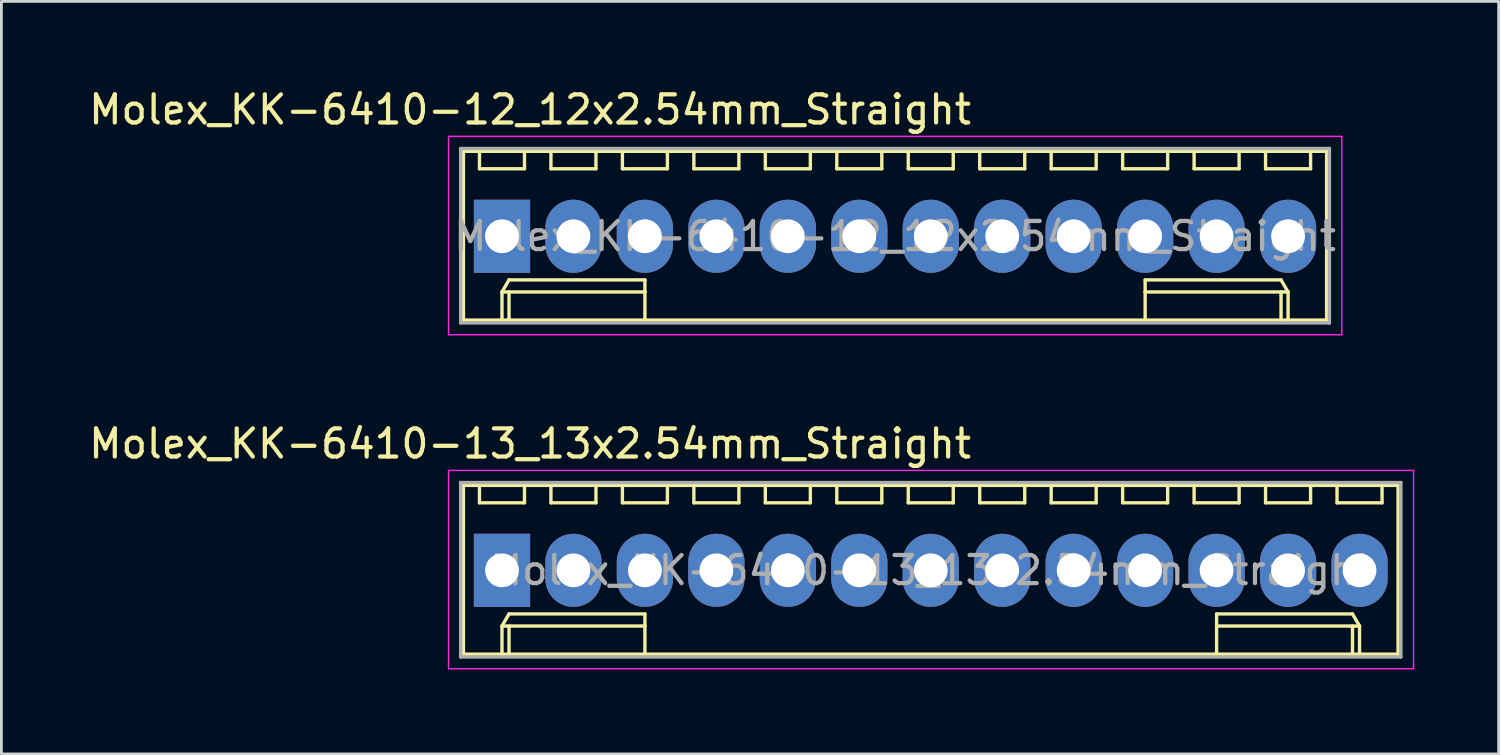
<source format=kicad_pcb>
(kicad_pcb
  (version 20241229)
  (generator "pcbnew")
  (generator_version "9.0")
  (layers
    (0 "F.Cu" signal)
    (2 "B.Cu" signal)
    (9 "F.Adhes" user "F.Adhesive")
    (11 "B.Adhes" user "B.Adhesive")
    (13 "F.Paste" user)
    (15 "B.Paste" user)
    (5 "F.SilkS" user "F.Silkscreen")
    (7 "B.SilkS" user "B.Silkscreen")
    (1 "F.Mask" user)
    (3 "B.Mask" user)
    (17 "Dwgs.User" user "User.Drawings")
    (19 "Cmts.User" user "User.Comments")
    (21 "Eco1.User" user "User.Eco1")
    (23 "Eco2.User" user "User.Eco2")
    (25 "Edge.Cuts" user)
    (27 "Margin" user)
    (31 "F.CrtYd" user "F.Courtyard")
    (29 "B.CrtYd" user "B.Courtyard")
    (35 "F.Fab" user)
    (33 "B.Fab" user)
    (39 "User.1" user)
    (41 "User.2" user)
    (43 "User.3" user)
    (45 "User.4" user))
  (footprint "Molex_KK-6410-12_12x2.54mm_Straight"
    (layer "F.Cu")
    (at 14.792 5.348)
    (property "Reference" "Molex_KK-6410-12_12x2.54mm_Straight" (at 1 -4.5 0) (layer "F.SilkS") (effects (font (size 1 1) (thickness 0.15))))
    (attr through_hole)
    (fp_line (start -1.37 -3.02) (end -1.37 2.98) (stroke (width 0.12) (type solid)) (layer "F.SilkS"))
    (fp_line (start -1.37 2.98) (end 29.31 2.98) (stroke (width 0.12) (type solid)) (layer "F.SilkS"))
    (fp_line (start -0.8 -3.02) (end -0.8 -2.4) (stroke (width 0.12) (type solid)) (layer "F.SilkS"))
    (fp_line (start -0.8 -2.4) (end 0.8 -2.4) (stroke (width 0.12) (type solid)) (layer "F.SilkS"))
    (fp_line (start 0 1.98) (end 0.25 1.55) (stroke (width 0.12) (type solid)) (layer "F.SilkS"))
    (fp_line (start 0 1.98) (end 5.08 1.98) (stroke (width 0.12) (type solid)) (layer "F.SilkS"))
    (fp_line (start 0 2.98) (end 0 1.98) (stroke (width 0.12) (type solid)) (layer "F.SilkS"))
    (fp_line (start 0.25 1.55) (end 5.08 1.55) (stroke (width 0.12) (type solid)) (layer "F.SilkS"))
    (fp_line (start 0.25 2.98) (end 0.25 1.98) (stroke (width 0.12) (type solid)) (layer "F.SilkS"))
    (fp_line (start 0.8 -2.4) (end 0.8 -3.02) (stroke (width 0.12) (type solid)) (layer "F.SilkS"))
    (fp_line (start 1.74 -3.02) (end 1.74 -2.4) (stroke (width 0.12) (type solid)) (layer "F.SilkS"))
    (fp_line (start 1.74 -2.4) (end 3.34 -2.4) (stroke (width 0.12) (type solid)) (layer "F.SilkS"))
    (fp_line (start 3.34 -2.4) (end 3.34 -3.02) (stroke (width 0.12) (type solid)) (layer "F.SilkS"))
    (fp_line (start 4.28 -3.02) (end 4.28 -2.4) (stroke (width 0.12) (type solid)) (layer "F.SilkS"))
    (fp_line (start 4.28 -2.4) (end 5.88 -2.4) (stroke (width 0.12) (type solid)) (layer "F.SilkS"))
    (fp_line (start 5.08 1.55) (end 5.08 1.98) (stroke (width 0.12) (type solid)) (layer "F.SilkS"))
    (fp_line (start 5.08 1.98) (end 5.08 2.98) (stroke (width 0.12) (type solid)) (layer "F.SilkS"))
    (fp_line (start 5.88 -2.4) (end 5.88 -3.02) (stroke (width 0.12) (type solid)) (layer "F.SilkS"))
    (fp_line (start 6.82 -3.02) (end 6.82 -2.4) (stroke (width 0.12) (type solid)) (layer "F.SilkS"))
    (fp_line (start 6.82 -2.4) (end 8.42 -2.4) (stroke (width 0.12) (type solid)) (layer "F.SilkS"))
    (fp_line (start 8.42 -2.4) (end 8.42 -3.02) (stroke (width 0.12) (type solid)) (layer "F.SilkS"))
    (fp_line (start 9.36 -3.02) (end 9.36 -2.4) (stroke (width 0.12) (type solid)) (layer "F.SilkS"))
    (fp_line (start 9.36 -2.4) (end 10.96 -2.4) (stroke (width 0.12) (type solid)) (layer "F.SilkS"))
    (fp_line (start 10.96 -2.4) (end 10.96 -3.02) (stroke (width 0.12) (type solid)) (layer "F.SilkS"))
    (fp_line (start 11.9 -3.02) (end 11.9 -2.4) (stroke (width 0.12) (type solid)) (layer "F.SilkS"))
    (fp_line (start 11.9 -2.4) (end 13.5 -2.4) (stroke (width 0.12) (type solid)) (layer "F.SilkS"))
    (fp_line (start 13.5 -2.4) (end 13.5 -3.02) (stroke (width 0.12) (type solid)) (layer "F.SilkS"))
    (fp_line (start 14.44 -3.02) (end 14.44 -2.4) (stroke (width 0.12) (type solid)) (layer "F.SilkS"))
    (fp_line (start 14.44 -2.4) (end 16.04 -2.4) (stroke (width 0.12) (type solid)) (layer "F.SilkS"))
    (fp_line (start 16.04 -2.4) (end 16.04 -3.02) (stroke (width 0.12) (type solid)) (layer "F.SilkS"))
    (fp_line (start 16.98 -3.02) (end 16.98 -2.4) (stroke (width 0.12) (type solid)) (layer "F.SilkS"))
    (fp_line (start 16.98 -2.4) (end 18.58 -2.4) (stroke (width 0.12) (type solid)) (layer "F.SilkS"))
    (fp_line (start 18.58 -2.4) (end 18.58 -3.02) (stroke (width 0.12) (type solid)) (layer "F.SilkS"))
    (fp_line (start 19.52 -3.02) (end 19.52 -2.4) (stroke (width 0.12) (type solid)) (layer "F.SilkS"))
    (fp_line (start 19.52 -2.4) (end 21.12 -2.4) (stroke (width 0.12) (type solid)) (layer "F.SilkS"))
    (fp_line (start 21.12 -2.4) (end 21.12 -3.02) (stroke (width 0.12) (type solid)) (layer "F.SilkS"))
    (fp_line (start 22.06 -3.02) (end 22.06 -2.4) (stroke (width 0.12) (type solid)) (layer "F.SilkS"))
    (fp_line (start 22.06 -2.4) (end 23.66 -2.4) (stroke (width 0.12) (type solid)) (layer "F.SilkS"))
    (fp_line (start 22.86 1.55) (end 22.86 1.98) (stroke (width 0.12) (type solid)) (layer "F.SilkS"))
    (fp_line (start 22.86 1.98) (end 22.86 2.98) (stroke (width 0.12) (type solid)) (layer "F.SilkS"))
    (fp_line (start 23.66 -2.4) (end 23.66 -3.02) (stroke (width 0.12) (type solid)) (layer "F.SilkS"))
    (fp_line (start 24.6 -3.02) (end 24.6 -2.4) (stroke (width 0.12) (type solid)) (layer "F.SilkS"))
    (fp_line (start 24.6 -2.4) (end 26.2 -2.4) (stroke (width 0.12) (type solid)) (layer "F.SilkS"))
    (fp_line (start 26.2 -2.4) (end 26.2 -3.02) (stroke (width 0.12) (type solid)) (layer "F.SilkS"))
    (fp_line (start 27.14 -3.02) (end 27.14 -2.4) (stroke (width 0.12) (type solid)) (layer "F.SilkS"))
    (fp_line (start 27.14 -2.4) (end 28.74 -2.4) (stroke (width 0.12) (type solid)) (layer "F.SilkS"))
    (fp_line (start 27.69 1.55) (end 22.86 1.55) (stroke (width 0.12) (type solid)) (layer "F.SilkS"))
    (fp_line (start 27.69 2.98) (end 27.69 1.98) (stroke (width 0.12) (type solid)) (layer "F.SilkS"))
    (fp_line (start 27.94 1.98) (end 22.86 1.98) (stroke (width 0.12) (type solid)) (layer "F.SilkS"))
    (fp_line (start 27.94 1.98) (end 27.69 1.55) (stroke (width 0.12) (type solid)) (layer "F.SilkS"))
    (fp_line (start 27.94 2.98) (end 27.94 1.98) (stroke (width 0.12) (type solid)) (layer "F.SilkS"))
    (fp_line (start 28.74 -2.4) (end 28.74 -3.02) (stroke (width 0.12) (type solid)) (layer "F.SilkS"))
    (fp_line (start 29.31 -3.02) (end -1.37 -3.02) (stroke (width 0.12) (type solid)) (layer "F.SilkS"))
    (fp_line (start 29.31 2.98) (end 29.31 -3.02) (stroke (width 0.12) (type solid)) (layer "F.SilkS"))
    (fp_line (start -1.9 -3.55) (end 29.85 -3.55) (stroke (width 0.05) (type solid)) (layer "F.CrtYd"))
    (fp_line (start -1.9 3.5) (end -1.9 -3.55) (stroke (width 0.05) (type solid)) (layer "F.CrtYd"))
    (fp_line (start 29.85 -3.55) (end 29.85 3.5) (stroke (width 0.05) (type solid)) (layer "F.CrtYd"))
    (fp_line (start 29.85 3.5) (end -1.9 3.5) (stroke (width 0.05) (type solid)) (layer "F.CrtYd"))
    (fp_line (start -1.47 -3.12) (end -1.47 3.08) (stroke (width 0.12) (type solid)) (layer "F.Fab"))
    (fp_line (start -1.47 3.08) (end 29.41 3.08) (stroke (width 0.12) (type solid)) (layer "F.Fab"))
    (fp_line (start 29.41 -3.12) (end -1.47 -3.12) (stroke (width 0.12) (type solid)) (layer "F.Fab"))
    (fp_line (start 29.41 3.08) (end 29.41 -3.12) (stroke (width 0.12) (type solid)) (layer "F.Fab"))
    (fp_text user "${REFERENCE}" (at 13.97 0 0) (layer "F.Fab") (effects (font (size 1 1) (thickness 0.15))))
    (pad "1" thru_hole rect (at 0 0) (size 2 2.6) (drill 1.2) (layers "*.Cu" "*.Mask"))
    (pad "2" thru_hole oval (at 2.54 0) (size 2 2.6) (drill 1.2) (layers "*.Cu" "*.Mask"))
    (pad "3" thru_hole oval (at 5.08 0) (size 2 2.6) (drill 1.2) (layers "*.Cu" "*.Mask"))
    (pad "4" thru_hole oval (at 7.62 0) (size 2 2.6) (drill 1.2) (layers "*.Cu" "*.Mask"))
    (pad "5" thru_hole oval (at 10.16 0) (size 2 2.6) (drill 1.2) (layers "*.Cu" "*.Mask"))
    (pad "6" thru_hole oval (at 12.7 0) (size 2 2.6) (drill 1.2) (layers "*.Cu" "*.Mask"))
    (pad "7" thru_hole oval (at 15.24 0) (size 2 2.6) (drill 1.2) (layers "*.Cu" "*.Mask"))
    (pad "8" thru_hole oval (at 17.78 0) (size 2 2.6) (drill 1.2) (layers "*.Cu" "*.Mask"))
    (pad "9" thru_hole oval (at 20.32 0) (size 2 2.6) (drill 1.2) (layers "*.Cu" "*.Mask"))
    (pad "10" thru_hole oval (at 22.86 0) (size 2 2.6) (drill 1.2) (layers "*.Cu" "*.Mask"))
    (pad "11" thru_hole oval (at 25.4 0) (size 2 2.6) (drill 1.2) (layers "*.Cu" "*.Mask"))
    (pad "12" thru_hole oval (at 27.94 0) (size 2 2.6) (drill 1.2) (layers "*.Cu" "*.Mask")))
  (footprint "Molex_KK-6410-13_13x2.54mm_Straight"
    (layer "F.Cu")
    (at 14.792 17.221)
    (property "Reference" "Molex_KK-6410-13_13x2.54mm_Straight" (at 1 -4.5 0) (layer "F.SilkS") (effects (font (size 1 1) (thickness 0.15))))
    (attr through_hole)
    (fp_line (start -1.37 -3.02) (end -1.37 2.98) (stroke (width 0.12) (type solid)) (layer "F.SilkS"))
    (fp_line (start -1.37 2.98) (end 31.85 2.98) (stroke (width 0.12) (type solid)) (layer "F.SilkS"))
    (fp_line (start -0.8 -3.02) (end -0.8 -2.4) (stroke (width 0.12) (type solid)) (layer "F.SilkS"))
    (fp_line (start -0.8 -2.4) (end 0.8 -2.4) (stroke (width 0.12) (type solid)) (layer "F.SilkS"))
    (fp_line (start 0 1.98) (end 0.25 1.55) (stroke (width 0.12) (type solid)) (layer "F.SilkS"))
    (fp_line (start 0 1.98) (end 5.08 1.98) (stroke (width 0.12) (type solid)) (layer "F.SilkS"))
    (fp_line (start 0 2.98) (end 0 1.98) (stroke (width 0.12) (type solid)) (layer "F.SilkS"))
    (fp_line (start 0.25 1.55) (end 5.08 1.55) (stroke (width 0.12) (type solid)) (layer "F.SilkS"))
    (fp_line (start 0.25 2.98) (end 0.25 1.98) (stroke (width 0.12) (type solid)) (layer "F.SilkS"))
    (fp_line (start 0.8 -2.4) (end 0.8 -3.02) (stroke (width 0.12) (type solid)) (layer "F.SilkS"))
    (fp_line (start 1.74 -3.02) (end 1.74 -2.4) (stroke (width 0.12) (type solid)) (layer "F.SilkS"))
    (fp_line (start 1.74 -2.4) (end 3.34 -2.4) (stroke (width 0.12) (type solid)) (layer "F.SilkS"))
    (fp_line (start 3.34 -2.4) (end 3.34 -3.02) (stroke (width 0.12) (type solid)) (layer "F.SilkS"))
    (fp_line (start 4.28 -3.02) (end 4.28 -2.4) (stroke (width 0.12) (type solid)) (layer "F.SilkS"))
    (fp_line (start 4.28 -2.4) (end 5.88 -2.4) (stroke (width 0.12) (type solid)) (layer "F.SilkS"))
    (fp_line (start 5.08 1.55) (end 5.08 1.98) (stroke (width 0.12) (type solid)) (layer "F.SilkS"))
    (fp_line (start 5.08 1.98) (end 5.08 2.98) (stroke (width 0.12) (type solid)) (layer "F.SilkS"))
    (fp_line (start 5.88 -2.4) (end 5.88 -3.02) (stroke (width 0.12) (type solid)) (layer "F.SilkS"))
    (fp_line (start 6.82 -3.02) (end 6.82 -2.4) (stroke (width 0.12) (type solid)) (layer "F.SilkS"))
    (fp_line (start 6.82 -2.4) (end 8.42 -2.4) (stroke (width 0.12) (type solid)) (layer "F.SilkS"))
    (fp_line (start 8.42 -2.4) (end 8.42 -3.02) (stroke (width 0.12) (type solid)) (layer "F.SilkS"))
    (fp_line (start 9.36 -3.02) (end 9.36 -2.4) (stroke (width 0.12) (type solid)) (layer "F.SilkS"))
    (fp_line (start 9.36 -2.4) (end 10.96 -2.4) (stroke (width 0.12) (type solid)) (layer "F.SilkS"))
    (fp_line (start 10.96 -2.4) (end 10.96 -3.02) (stroke (width 0.12) (type solid)) (layer "F.SilkS"))
    (fp_line (start 11.9 -3.02) (end 11.9 -2.4) (stroke (width 0.12) (type solid)) (layer "F.SilkS"))
    (fp_line (start 11.9 -2.4) (end 13.5 -2.4) (stroke (width 0.12) (type solid)) (layer "F.SilkS"))
    (fp_line (start 13.5 -2.4) (end 13.5 -3.02) (stroke (width 0.12) (type solid)) (layer "F.SilkS"))
    (fp_line (start 14.44 -3.02) (end 14.44 -2.4) (stroke (width 0.12) (type solid)) (layer "F.SilkS"))
    (fp_line (start 14.44 -2.4) (end 16.04 -2.4) (stroke (width 0.12) (type solid)) (layer "F.SilkS"))
    (fp_line (start 16.04 -2.4) (end 16.04 -3.02) (stroke (width 0.12) (type solid)) (layer "F.SilkS"))
    (fp_line (start 16.98 -3.02) (end 16.98 -2.4) (stroke (width 0.12) (type solid)) (layer "F.SilkS"))
    (fp_line (start 16.98 -2.4) (end 18.58 -2.4) (stroke (width 0.12) (type solid)) (layer "F.SilkS"))
    (fp_line (start 18.58 -2.4) (end 18.58 -3.02) (stroke (width 0.12) (type solid)) (layer "F.SilkS"))
    (fp_line (start 19.52 -3.02) (end 19.52 -2.4) (stroke (width 0.12) (type solid)) (layer "F.SilkS"))
    (fp_line (start 19.52 -2.4) (end 21.12 -2.4) (stroke (width 0.12) (type solid)) (layer "F.SilkS"))
    (fp_line (start 21.12 -2.4) (end 21.12 -3.02) (stroke (width 0.12) (type solid)) (layer "F.SilkS"))
    (fp_line (start 22.06 -3.02) (end 22.06 -2.4) (stroke (width 0.12) (type solid)) (layer "F.SilkS"))
    (fp_line (start 22.06 -2.4) (end 23.66 -2.4) (stroke (width 0.12) (type solid)) (layer "F.SilkS"))
    (fp_line (start 23.66 -2.4) (end 23.66 -3.02) (stroke (width 0.12) (type solid)) (layer "F.SilkS"))
    (fp_line (start 24.6 -3.02) (end 24.6 -2.4) (stroke (width 0.12) (type solid)) (layer "F.SilkS"))
    (fp_line (start 24.6 -2.4) (end 26.2 -2.4) (stroke (width 0.12) (type solid)) (layer "F.SilkS"))
    (fp_line (start 25.4 1.55) (end 25.4 1.98) (stroke (width 0.12) (type solid)) (layer "F.SilkS"))
    (fp_line (start 25.4 1.98) (end 25.4 2.98) (stroke (width 0.12) (type solid)) (layer "F.SilkS"))
    (fp_line (start 26.2 -2.4) (end 26.2 -3.02) (stroke (width 0.12) (type solid)) (layer "F.SilkS"))
    (fp_line (start 27.14 -3.02) (end 27.14 -2.4) (stroke (width 0.12) (type solid)) (layer "F.SilkS"))
    (fp_line (start 27.14 -2.4) (end 28.74 -2.4) (stroke (width 0.12) (type solid)) (layer "F.SilkS"))
    (fp_line (start 28.74 -2.4) (end 28.74 -3.02) (stroke (width 0.12) (type solid)) (layer "F.SilkS"))
    (fp_line (start 29.68 -3.02) (end 29.68 -2.4) (stroke (width 0.12) (type solid)) (layer "F.SilkS"))
    (fp_line (start 29.68 -2.4) (end 31.28 -2.4) (stroke (width 0.12) (type solid)) (layer "F.SilkS"))
    (fp_line (start 30.23 1.55) (end 25.4 1.55) (stroke (width 0.12) (type solid)) (layer "F.SilkS"))
    (fp_line (start 30.23 2.98) (end 30.23 1.98) (stroke (width 0.12) (type solid)) (layer "F.SilkS"))
    (fp_line (start 30.48 1.98) (end 25.4 1.98) (stroke (width 0.12) (type solid)) (layer "F.SilkS"))
    (fp_line (start 30.48 1.98) (end 30.23 1.55) (stroke (width 0.12) (type solid)) (layer "F.SilkS"))
    (fp_line (start 30.48 2.98) (end 30.48 1.98) (stroke (width 0.12) (type solid)) (layer "F.SilkS"))
    (fp_line (start 31.28 -2.4) (end 31.28 -3.02) (stroke (width 0.12) (type solid)) (layer "F.SilkS"))
    (fp_line (start 31.85 -3.02) (end -1.37 -3.02) (stroke (width 0.12) (type solid)) (layer "F.SilkS"))
    (fp_line (start 31.85 2.98) (end 31.85 -3.02) (stroke (width 0.12) (type solid)) (layer "F.SilkS"))
    (fp_line (start -1.9 -3.55) (end 32.4 -3.55) (stroke (width 0.05) (type solid)) (layer "F.CrtYd"))
    (fp_line (start -1.9 3.5) (end -1.9 -3.55) (stroke (width 0.05) (type solid)) (layer "F.CrtYd"))
    (fp_line (start 32.4 -3.55) (end 32.4 3.5) (stroke (width 0.05) (type solid)) (layer "F.CrtYd"))
    (fp_line (start 32.4 3.5) (end -1.9 3.5) (stroke (width 0.05) (type solid)) (layer "F.CrtYd"))
    (fp_line (start -1.47 -3.12) (end -1.47 3.08) (stroke (width 0.12) (type solid)) (layer "F.Fab"))
    (fp_line (start -1.47 3.08) (end 31.95 3.08) (stroke (width 0.12) (type solid)) (layer "F.Fab"))
    (fp_line (start 31.95 -3.12) (end -1.47 -3.12) (stroke (width 0.12) (type solid)) (layer "F.Fab"))
    (fp_line (start 31.95 3.08) (end 31.95 -3.12) (stroke (width 0.12) (type solid)) (layer "F.Fab"))
    (fp_text user "${REFERENCE}" (at 15.24 0 0) (layer "F.Fab") (effects (font (size 1 1) (thickness 0.15))))
    (pad "1" thru_hole rect (at 0 0) (size 2 2.6) (drill 1.2) (layers "*.Cu" "*.Mask"))
    (pad "2" thru_hole oval (at 2.54 0) (size 2 2.6) (drill 1.2) (layers "*.Cu" "*.Mask"))
    (pad "3" thru_hole oval (at 5.08 0) (size 2 2.6) (drill 1.2) (layers "*.Cu" "*.Mask"))
    (pad "4" thru_hole oval (at 7.62 0) (size 2 2.6) (drill 1.2) (layers "*.Cu" "*.Mask"))
    (pad "5" thru_hole oval (at 10.16 0) (size 2 2.6) (drill 1.2) (layers "*.Cu" "*.Mask"))
    (pad "6" thru_hole oval (at 12.7 0) (size 2 2.6) (drill 1.2) (layers "*.Cu" "*.Mask"))
    (pad "7" thru_hole oval (at 15.24 0) (size 2 2.6) (drill 1.2) (layers "*.Cu" "*.Mask"))
    (pad "8" thru_hole oval (at 17.78 0) (size 2 2.6) (drill 1.2) (layers "*.Cu" "*.Mask"))
    (pad "9" thru_hole oval (at 20.32 0) (size 2 2.6) (drill 1.2) (layers "*.Cu" "*.Mask"))
    (pad "10" thru_hole oval (at 22.86 0) (size 2 2.6) (drill 1.2) (layers "*.Cu" "*.Mask"))
    (pad "11" thru_hole oval (at 25.4 0) (size 2 2.6) (drill 1.2) (layers "*.Cu" "*.Mask"))
    (pad "12" thru_hole oval (at 27.94 0) (size 2 2.6) (drill 1.2) (layers "*.Cu" "*.Mask"))
    (pad "13" thru_hole oval (at 30.48 0) (size 2 2.6) (drill 1.2) (layers "*.Cu" "*.Mask")))
  (gr_rect
    (start -3 -3)
    (end 50.217 23.747)
    (stroke (width 0.1) (type default))
    (fill no)
    (layer "Edge.Cuts")))
</source>
